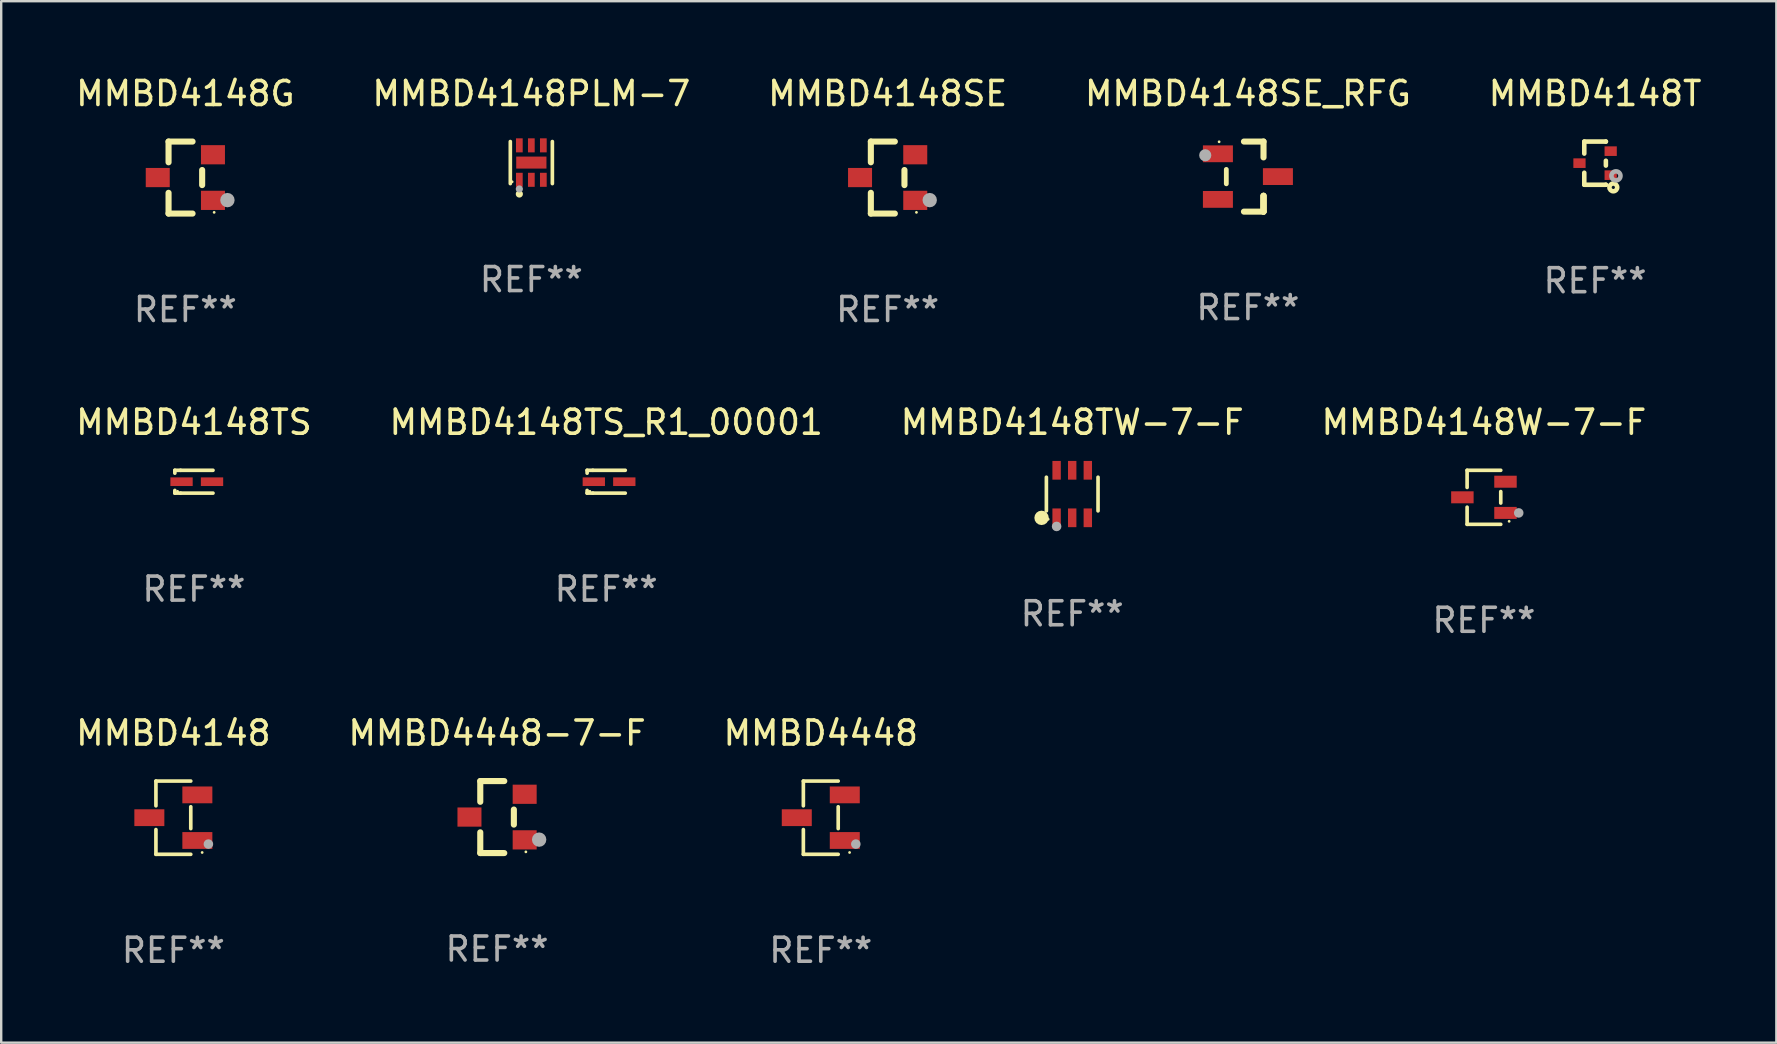
<source format=kicad_pcb>
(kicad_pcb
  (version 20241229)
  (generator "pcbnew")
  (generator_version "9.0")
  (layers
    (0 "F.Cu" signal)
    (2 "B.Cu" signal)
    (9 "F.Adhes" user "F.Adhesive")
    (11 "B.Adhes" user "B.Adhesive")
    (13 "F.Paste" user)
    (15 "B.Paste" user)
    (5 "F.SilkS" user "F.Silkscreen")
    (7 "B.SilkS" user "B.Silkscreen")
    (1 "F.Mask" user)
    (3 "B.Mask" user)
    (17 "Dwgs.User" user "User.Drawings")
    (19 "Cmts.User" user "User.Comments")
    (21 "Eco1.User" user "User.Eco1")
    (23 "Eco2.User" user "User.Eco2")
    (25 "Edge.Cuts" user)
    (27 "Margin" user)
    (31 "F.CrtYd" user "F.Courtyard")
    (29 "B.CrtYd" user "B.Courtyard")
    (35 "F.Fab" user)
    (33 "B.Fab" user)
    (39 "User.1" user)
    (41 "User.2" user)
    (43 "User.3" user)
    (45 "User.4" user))
  (footprint "MMBD4448-7-F"
    (layer "F.Cu")
    (at 17.661 30.994)
    (property "Reference" "MMBD4448-7-F" (at 0 -3.5 0) (layer "F.SilkS") (effects (font (size 1 1) (thickness 0.15))))
    (attr through_hole)
    (fp_line (start -0.7 -1.5) (end 0.3 -1.5) (stroke (width 0.254) (type solid)) (layer "F.SilkS"))
    (fp_line (start -0.7 -0.636) (end -0.7 -1.5) (stroke (width 0.254) (type solid)) (layer "F.SilkS"))
    (fp_line (start -0.7 1.5) (end -0.7 0.636) (stroke (width 0.254) (type solid)) (layer "F.SilkS"))
    (fp_line (start -0.7 1.5) (end 0.3 1.5) (stroke (width 0.254) (type solid)) (layer "F.SilkS"))
    (fp_line (start 0.7 0.314) (end 0.7 -0.314) (stroke (width 0.254) (type solid)) (layer "F.SilkS"))
    (fp_circle (center 1.2 1.45) (end 1.23 1.45) (stroke (width 0.06) (type solid)) (fill no) (layer "F.SilkS"))
    (fp_circle (center 1.753 0.94) (end 1.903 0.94) (stroke (width 0.3) (type solid)) (fill no) (layer "F.Fab"))
    (fp_text user "REF**" (at 0 5.5 0) (layer "F.Fab") (effects (font (size 1 1) (thickness 0.15))))
    (pad "1" smd rect (at 1.15 0.95 180) (size 1 0.8) (layers "F.Cu" "F.Mask" "F.Paste"))
    (pad "2" smd rect (at 1.15 -0.95 180) (size 1 0.8) (layers "F.Cu" "F.Mask" "F.Paste"))
    (pad "3" smd rect (at -1.15 -0.000051 180) (size 1 0.8) (layers "F.Cu" "F.Mask" "F.Paste")))
  (footprint "MMBD4148T"
    (layer "F.Cu")
    (at 63.411 3.748)
    (property "Reference" "MMBD4148T" (at 0 -2.9 0) (layer "F.SilkS") (effects (font (size 1 1) (thickness 0.15))))
    (attr through_hole)
    (fp_line (start -0.45 -0.9) (end 0.45 -0.9) (stroke (width 0.19) (type solid)) (layer "F.SilkS"))
    (fp_line (start -0.45 -0.399) (end -0.45 -0.9) (stroke (width 0.19) (type solid)) (layer "F.SilkS"))
    (fp_line (start -0.45 0.9) (end -0.45 0.399) (stroke (width 0.19) (type solid)) (layer "F.SilkS"))
    (fp_line (start -0.45 0.9) (end 0.45 0.9) (stroke (width 0.19) (type solid)) (layer "F.SilkS"))
    (fp_line (start 0.45 -0.899) (end 0.45 -0.9) (stroke (width 0.19) (type solid)) (layer "F.SilkS"))
    (fp_line (start 0.45 0.101) (end 0.45 -0.101) (stroke (width 0.19) (type solid)) (layer "F.SilkS"))
    (fp_line (start 0.45 0.9) (end 0.45 0.899) (stroke (width 0.19) (type solid)) (layer "F.SilkS"))
    (fp_circle (center 0.76 1.01) (end 0.827 1.01) (stroke (width 0.19) (type solid)) (fill no) (layer "F.SilkS"))
    (fp_circle (center 0.8 0.8) (end 0.81 0.8) (stroke (width 0.02) (type solid)) (fill no) (layer "F.SilkS"))
    (fp_circle (center 0.87 0.53) (end 0.964 0.53) (stroke (width 0.19) (type solid)) (fill no) (layer "F.Fab"))
    (fp_text user "REF**" (at 0 4.9 0) (layer "F.Fab") (effects (font (size 1 1) (thickness 0.15))))
    (pad "1" smd rect (at 0.65 0.5 90) (size 0.4 0.51) (layers "F.Cu" "F.Mask" "F.Paste"))
    (pad "2" smd rect (at 0.65 -0.5 90) (size 0.4 0.51) (layers "F.Cu" "F.Mask" "F.Paste"))
    (pad "3" smd rect (at -0.65 0.000127 90) (size 0.4 0.51) (layers "F.Cu" "F.Mask" "F.Paste")))
  (footprint "MMBD4148PLM-7"
    (layer "F.Cu")
    (at 19.089 3.724)
    (property "Reference" "MMBD4148PLM-7" (at 0 -2.876 0) (layer "F.SilkS") (effects (font (size 1 1) (thickness 0.15))))
    (attr through_hole)
    (fp_line (start -0.876 0.876) (end -0.876 -0.876) (stroke (width 0.152) (type solid)) (layer "F.SilkS"))
    (fp_line (start 0.876 0.876) (end 0.876 -0.876) (stroke (width 0.152) (type solid)) (layer "F.SilkS"))
    (fp_circle (center -0.8 0.8) (end -0.77 0.8) (stroke (width 0.06) (type solid)) (fill no) (layer "F.SilkS"))
    (fp_circle (center -0.5 1.31) (end -0.425 1.31) (stroke (width 0.15) (type solid)) (fill no) (layer "F.SilkS"))
    (fp_circle (center -0.5 1.1) (end -0.425 1.1) (stroke (width 0.15) (type solid)) (fill no) (layer "F.Fab"))
    (fp_text user "REF**" (at 0 4.876 0) (layer "F.Fab") (effects (font (size 1 1) (thickness 0.15))))
    (pad "1" smd rect (at -0.5 0.718) (size 0.28 0.585) (layers "F.Cu" "F.Mask" "F.Paste"))
    (pad "2" smd rect (at 0 0.718) (size 0.28 0.585) (layers "F.Cu" "F.Mask" "F.Paste"))
    (pad "3" smd rect (at 0.5 0.718) (size 0.28 0.585) (layers "F.Cu" "F.Mask" "F.Paste"))
    (pad "4" smd rect (at 0.5 -0.718) (size 0.28 0.585) (layers "F.Cu" "F.Mask" "F.Paste"))
    (pad "5" smd rect (at 0 -0.718) (size 0.28 0.585) (layers "F.Cu" "F.Mask" "F.Paste"))
    (pad "6" smd rect (at -0.5 -0.718) (size 0.28 0.585) (layers "F.Cu" "F.Mask" "F.Paste"))
    (pad "7" smd rect (at 0 0) (size 1.26 0.5) (layers "F.Cu" "F.Mask" "F.Paste")))
  (footprint "MMBD4448"
    (layer "F.Cu")
    (at 31.149 31.02)
    (property "Reference" "MMBD4448" (at 0 -3.526 0) (layer "F.SilkS") (effects (font (size 1 1) (thickness 0.15))))
    (attr through_hole)
    (fp_line (start -0.726 -1.526) (end -0.726 -0.495) (stroke (width 0.152) (type solid)) (layer "F.SilkS"))
    (fp_line (start -0.726 1.526) (end -0.726 0.495) (stroke (width 0.152) (type solid)) (layer "F.SilkS"))
    (fp_line (start 0.726 -1.526) (end -0.726 -1.526) (stroke (width 0.152) (type solid)) (layer "F.SilkS"))
    (fp_line (start 0.726 -0.455) (end 0.726 0.455) (stroke (width 0.152) (type solid)) (layer "F.SilkS"))
    (fp_line (start 0.726 1.526) (end -0.726 1.526) (stroke (width 0.152) (type solid)) (layer "F.SilkS"))
    (fp_circle (center 1.2 1.45) (end 1.23 1.45) (stroke (width 0.06) (type solid)) (fill no) (layer "F.SilkS"))
    (fp_circle (center 1.46 1.1) (end 1.56 1.1) (stroke (width 0.2) (type solid)) (fill no) (layer "F.Fab"))
    (fp_text user "REF**" (at 0 5.526 0) (layer "F.Fab") (effects (font (size 1 1) (thickness 0.15))))
    (pad "1" smd rect (at 1 0.95) (size 1.25 0.7) (layers "F.Cu" "F.Mask" "F.Paste"))
    (pad "2" smd rect (at 1 -0.95) (size 1.25 0.7) (layers "F.Cu" "F.Mask" "F.Paste"))
    (pad "3" smd rect (at -1 0) (size 1.25 0.7) (layers "F.Cu" "F.Mask" "F.Paste")))
  (footprint "MMBD4148G"
    (layer "F.Cu")
    (at 4.673 4.348)
    (property "Reference" "MMBD4148G" (at 0 -3.5 0) (layer "F.SilkS") (effects (font (size 1 1) (thickness 0.15))))
    (attr through_hole)
    (fp_line (start -0.7 -1.5) (end 0.3 -1.5) (stroke (width 0.254) (type solid)) (layer "F.SilkS"))
    (fp_line (start -0.7 -0.636) (end -0.7 -1.5) (stroke (width 0.254) (type solid)) (layer "F.SilkS"))
    (fp_line (start -0.7 1.5) (end -0.7 0.636) (stroke (width 0.254) (type solid)) (layer "F.SilkS"))
    (fp_line (start -0.7 1.5) (end 0.3 1.5) (stroke (width 0.254) (type solid)) (layer "F.SilkS"))
    (fp_line (start 0.7 0.314) (end 0.7 -0.314) (stroke (width 0.254) (type solid)) (layer "F.SilkS"))
    (fp_circle (center 1.2 1.45) (end 1.23 1.45) (stroke (width 0.06) (type solid)) (fill no) (layer "F.SilkS"))
    (fp_circle (center 1.753 0.94) (end 1.903 0.94) (stroke (width 0.3) (type solid)) (fill no) (layer "F.Fab"))
    (fp_text user "REF**" (at 0 5.5 0) (layer "F.Fab") (effects (font (size 1 1) (thickness 0.15))))
    (pad "1" smd rect (at 1.15 0.95 180) (size 1 0.8) (layers "F.Cu" "F.Mask" "F.Paste"))
    (pad "2" smd rect (at 1.15 -0.95 180) (size 1 0.8) (layers "F.Cu" "F.Mask" "F.Paste"))
    (pad "3" smd rect (at -1.15 -0.000051 180) (size 1 0.8) (layers "F.Cu" "F.Mask" "F.Paste")))
  (footprint "MMBD4148SE_RFG"
    (layer "F.Cu")
    (at 48.946 4.308)
    (property "Reference" "MMBD4148SE_RFG" (at 0 -3.46 0) (layer "F.SilkS") (effects (font (size 1 1) (thickness 0.15))))
    (attr through_hole)
    (fp_line (start -0.9 -0.3) (end -0.9 0.3) (stroke (width 0.2) (type solid)) (layer "F.SilkS"))
    (fp_line (start -0.165 -1.46) (end 0.65 -1.46) (stroke (width 0.254) (type solid)) (layer "F.SilkS"))
    (fp_line (start 0.65 -1.46) (end 0.65 -0.8) (stroke (width 0.254) (type solid)) (layer "F.SilkS"))
    (fp_line (start 0.65 0.8) (end 0.65 1.46) (stroke (width 0.254) (type solid)) (layer "F.SilkS"))
    (fp_line (start 0.65 0.8) (end 0.65 1.46) (stroke (width 0.254) (type solid)) (layer "F.SilkS"))
    (fp_line (start 0.65 1.46) (end -0.165 1.46) (stroke (width 0.254) (type solid)) (layer "F.SilkS"))
    (fp_line (start 0.65 1.46) (end 0.65 0.8) (stroke (width 0.254) (type solid)) (layer "F.SilkS"))
    (fp_circle (center -1.2 -1.45) (end -1.17 -1.45) (stroke (width 0.06) (type solid)) (fill no) (layer "F.SilkS"))
    (fp_circle (center -1.778 -0.889) (end -1.651 -0.889) (stroke (width 0.254) (type solid)) (fill no) (layer "F.Fab"))
    (fp_text user "REF**" (at 0 5.46 0) (layer "F.Fab") (effects (font (size 1 1) (thickness 0.15))))
    (pad "1" smd rect (at -1.25 -0.95 90) (size 0.7 1.25) (layers "F.Cu" "F.Mask" "F.Paste"))
    (pad "2" smd rect (at -1.25 0.95 90) (size 0.7 1.25) (layers "F.Cu" "F.Mask" "F.Paste"))
    (pad "3" smd rect (at 1.25 -0.000051 90) (size 0.7 1.25) (layers "F.Cu" "F.Mask" "F.Paste")))
  (footprint "MMBD4148TS_R1_00001"
    (layer "F.Cu")
    (at 22.208 17.021)
    (property "Reference" "MMBD4148TS_R1_00001" (at 0 -2.476 0) (layer "F.SilkS") (effects (font (size 1 1) (thickness 0.15))))
    (attr through_hole)
    (fp_line (start -0.795 -0.476) (end -0.795 -0.356) (stroke (width 0.152) (type solid)) (layer "F.SilkS"))
    (fp_line (start -0.795 0.363) (end -0.795 0.476) (stroke (width 0.152) (type solid)) (layer "F.SilkS"))
    (fp_line (start -0.795 0.476) (end -0.557 0.476) (stroke (width 0.152) (type solid)) (layer "F.SilkS"))
    (fp_line (start -0.557 -0.476) (end -0.795 -0.476) (stroke (width 0.152) (type solid)) (layer "F.SilkS"))
    (fp_line (start -0.557 -0.476) (end 0.795 -0.476) (stroke (width 0.152) (type solid)) (layer "F.SilkS"))
    (fp_line (start -0.557 0.476) (end 0.795 0.476) (stroke (width 0.152) (type solid)) (layer "F.SilkS"))
    (fp_circle (center -0.681 0.4) (end -0.651 0.4) (stroke (width 0.06) (type solid)) (fill no) (layer "F.SilkS"))
    (fp_text user "REF**" (at 0 4.476 0) (layer "F.Fab") (effects (font (size 1 1) (thickness 0.15))))
    (pad "1" smd rect (at -0.516 0 180) (size 0.93 0.36) (layers "F.Cu" "F.Mask" "F.Paste"))
    (pad "2" smd rect (at 0.754 0 180) (size 0.93 0.36) (layers "F.Cu" "F.Mask" "F.Paste")))
  (footprint "MMBD4148TS"
    (layer "F.Cu")
    (at 5.03 17.021)
    (property "Reference" "MMBD4148TS" (at 0 -2.476 0) (layer "F.SilkS") (effects (font (size 1 1) (thickness 0.15))))
    (attr through_hole)
    (fp_line (start -0.795 -0.476) (end -0.795 -0.356) (stroke (width 0.152) (type solid)) (layer "F.SilkS"))
    (fp_line (start -0.795 0.363) (end -0.795 0.476) (stroke (width 0.152) (type solid)) (layer "F.SilkS"))
    (fp_line (start -0.795 0.476) (end -0.557 0.476) (stroke (width 0.152) (type solid)) (layer "F.SilkS"))
    (fp_line (start -0.557 -0.476) (end -0.795 -0.476) (stroke (width 0.152) (type solid)) (layer "F.SilkS"))
    (fp_line (start -0.557 -0.476) (end 0.795 -0.476) (stroke (width 0.152) (type solid)) (layer "F.SilkS"))
    (fp_line (start -0.557 0.476) (end 0.795 0.476) (stroke (width 0.152) (type solid)) (layer "F.SilkS"))
    (fp_circle (center -0.681 0.4) (end -0.651 0.4) (stroke (width 0.06) (type solid)) (fill no) (layer "F.SilkS"))
    (fp_text user "REF**" (at 0 4.476 0) (layer "F.Fab") (effects (font (size 1 1) (thickness 0.15))))
    (pad "1" smd rect (at -0.516 0 180) (size 0.93 0.36) (layers "F.Cu" "F.Mask" "F.Paste"))
    (pad "2" smd rect (at 0.754 0 180) (size 0.93 0.36) (layers "F.Cu" "F.Mask" "F.Paste")))
  (footprint "MMBD4148TW-7-F"
    (layer "F.Cu")
    (at 41.625 17.535)
    (property "Reference" "MMBD4148TW-7-F" (at 0 -2.99 0) (layer "F.SilkS") (effects (font (size 1 1) (thickness 0.15))))
    (attr through_hole)
    (fp_line (start -1.076 0.701) (end -1.076 -0.701) (stroke (width 0.152) (type solid)) (layer "F.SilkS"))
    (fp_line (start 1.076 0.701) (end 1.076 -0.701) (stroke (width 0.152) (type solid)) (layer "F.SilkS"))
    (fp_circle (center -1.277 0.992) (end -1.127 0.992) (stroke (width 0.3) (type solid)) (fill no) (layer "F.SilkS"))
    (fp_circle (center -1 1.05) (end -0.97 1.05) (stroke (width 0.06) (type solid)) (fill no) (layer "F.SilkS"))
    (fp_circle (center -0.65 1.35) (end -0.55 1.35) (stroke (width 0.2) (type solid)) (fill no) (layer "F.Fab"))
    (fp_text user "REF**" (at 0 4.99 0) (layer "F.Fab") (effects (font (size 1 1) (thickness 0.15))))
    (pad "1" smd rect (at -0.65 0.99) (size 0.35 0.78) (layers "F.Cu" "F.Mask" "F.Paste"))
    (pad "2" smd rect (at 0 0.99) (size 0.35 0.78) (layers "F.Cu" "F.Mask" "F.Paste"))
    (pad "3" smd rect (at 0.65 0.99) (size 0.35 0.78) (layers "F.Cu" "F.Mask" "F.Paste"))
    (pad "4" smd rect (at 0.65 -0.99) (size 0.35 0.78) (layers "F.Cu" "F.Mask" "F.Paste"))
    (pad "5" smd rect (at 0 -0.99) (size 0.35 0.78) (layers "F.Cu" "F.Mask" "F.Paste"))
    (pad "6" smd rect (at -0.65 -0.99) (size 0.35 0.78) (layers "F.Cu" "F.Mask" "F.Paste")))
  (footprint "MMBD4148W-7-F"
    (layer "F.Cu")
    (at 58.78 17.671)
    (property "Reference" "MMBD4148W-7-F" (at 0 -3.126 0) (layer "F.SilkS") (effects (font (size 1 1) (thickness 0.15))))
    (attr through_hole)
    (fp_line (start -0.701 -1.126) (end -0.701 -0.411) (stroke (width 0.152) (type solid)) (layer "F.SilkS"))
    (fp_line (start -0.701 1.126) (end -0.701 0.411) (stroke (width 0.152) (type solid)) (layer "F.SilkS"))
    (fp_line (start 0.701 -1.126) (end -0.701 -1.126) (stroke (width 0.152) (type solid)) (layer "F.SilkS"))
    (fp_line (start 0.701 -0.239) (end 0.701 0.239) (stroke (width 0.152) (type solid)) (layer "F.SilkS"))
    (fp_line (start 0.701 1.126) (end -0.701 1.126) (stroke (width 0.152) (type solid)) (layer "F.SilkS"))
    (fp_circle (center 1.05 1) (end 1.08 1) (stroke (width 0.06) (type solid)) (fill no) (layer "F.SilkS"))
    (fp_circle (center 1.45 0.65) (end 1.55 0.65) (stroke (width 0.2) (type solid)) (fill no) (layer "F.Fab"))
    (fp_text user "REF**" (at 0 5.126 0) (layer "F.Fab") (effects (font (size 1 1) (thickness 0.15))))
    (pad "1" smd rect (at 0.898 0.65) (size 0.936 0.5) (layers "F.Cu" "F.Mask" "F.Paste"))
    (pad "2" smd rect (at 0.898 -0.65) (size 0.936 0.5) (layers "F.Cu" "F.Mask" "F.Paste"))
    (pad "3" smd rect (at -0.898 0) (size 0.936 0.5) (layers "F.Cu" "F.Mask" "F.Paste")))
  (footprint "MMBD4148"
    (layer "F.Cu")
    (at 4.173 31.02)
    (property "Reference" "MMBD4148" (at 0 -3.526 0) (layer "F.SilkS") (effects (font (size 1 1) (thickness 0.15))))
    (attr through_hole)
    (fp_line (start -0.726 -1.526) (end -0.726 -0.495) (stroke (width 0.152) (type solid)) (layer "F.SilkS"))
    (fp_line (start -0.726 1.526) (end -0.726 0.495) (stroke (width 0.152) (type solid)) (layer "F.SilkS"))
    (fp_line (start 0.726 -1.526) (end -0.726 -1.526) (stroke (width 0.152) (type solid)) (layer "F.SilkS"))
    (fp_line (start 0.726 -0.455) (end 0.726 0.455) (stroke (width 0.152) (type solid)) (layer "F.SilkS"))
    (fp_line (start 0.726 1.526) (end -0.726 1.526) (stroke (width 0.152) (type solid)) (layer "F.SilkS"))
    (fp_circle (center 1.2 1.45) (end 1.23 1.45) (stroke (width 0.06) (type solid)) (fill no) (layer "F.SilkS"))
    (fp_circle (center 1.46 1.1) (end 1.56 1.1) (stroke (width 0.2) (type solid)) (fill no) (layer "F.Fab"))
    (fp_text user "REF**" (at 0 5.526 0) (layer "F.Fab") (effects (font (size 1 1) (thickness 0.15))))
    (pad "1" smd rect (at 1 0.95) (size 1.25 0.7) (layers "F.Cu" "F.Mask" "F.Paste"))
    (pad "2" smd rect (at 1 -0.95) (size 1.25 0.7) (layers "F.Cu" "F.Mask" "F.Paste"))
    (pad "3" smd rect (at -1 0) (size 1.25 0.7) (layers "F.Cu" "F.Mask" "F.Paste")))
  (footprint "MMBD4148SE"
    (layer "F.Cu")
    (at 33.935 4.348)
    (property "Reference" "MMBD4148SE" (at 0 -3.5 0) (layer "F.SilkS") (effects (font (size 1 1) (thickness 0.15))))
    (attr through_hole)
    (fp_line (start -0.7 -1.5) (end 0.3 -1.5) (stroke (width 0.254) (type solid)) (layer "F.SilkS"))
    (fp_line (start -0.7 -0.636) (end -0.7 -1.5) (stroke (width 0.254) (type solid)) (layer "F.SilkS"))
    (fp_line (start -0.7 1.5) (end -0.7 0.636) (stroke (width 0.254) (type solid)) (layer "F.SilkS"))
    (fp_line (start -0.7 1.5) (end 0.3 1.5) (stroke (width 0.254) (type solid)) (layer "F.SilkS"))
    (fp_line (start 0.7 0.314) (end 0.7 -0.314) (stroke (width 0.254) (type solid)) (layer "F.SilkS"))
    (fp_circle (center 1.2 1.45) (end 1.23 1.45) (stroke (width 0.06) (type solid)) (fill no) (layer "F.SilkS"))
    (fp_circle (center 1.753 0.94) (end 1.903 0.94) (stroke (width 0.3) (type solid)) (fill no) (layer "F.Fab"))
    (fp_text user "REF**" (at 0 5.5 0) (layer "F.Fab") (effects (font (size 1 1) (thickness 0.15))))
    (pad "1" smd rect (at 1.15 0.95 180) (size 1 0.8) (layers "F.Cu" "F.Mask" "F.Paste"))
    (pad "2" smd rect (at 1.15 -0.95 180) (size 1 0.8) (layers "F.Cu" "F.Mask" "F.Paste"))
    (pad "3" smd rect (at -1.15 -0.000051 180) (size 1 0.8) (layers "F.Cu" "F.Mask" "F.Paste")))
  (gr_rect
    (start -3 -3)
    (end 70.964 40.394)
    (stroke (width 0.1) (type default))
    (fill no)
    (layer "Edge.Cuts")))
</source>
